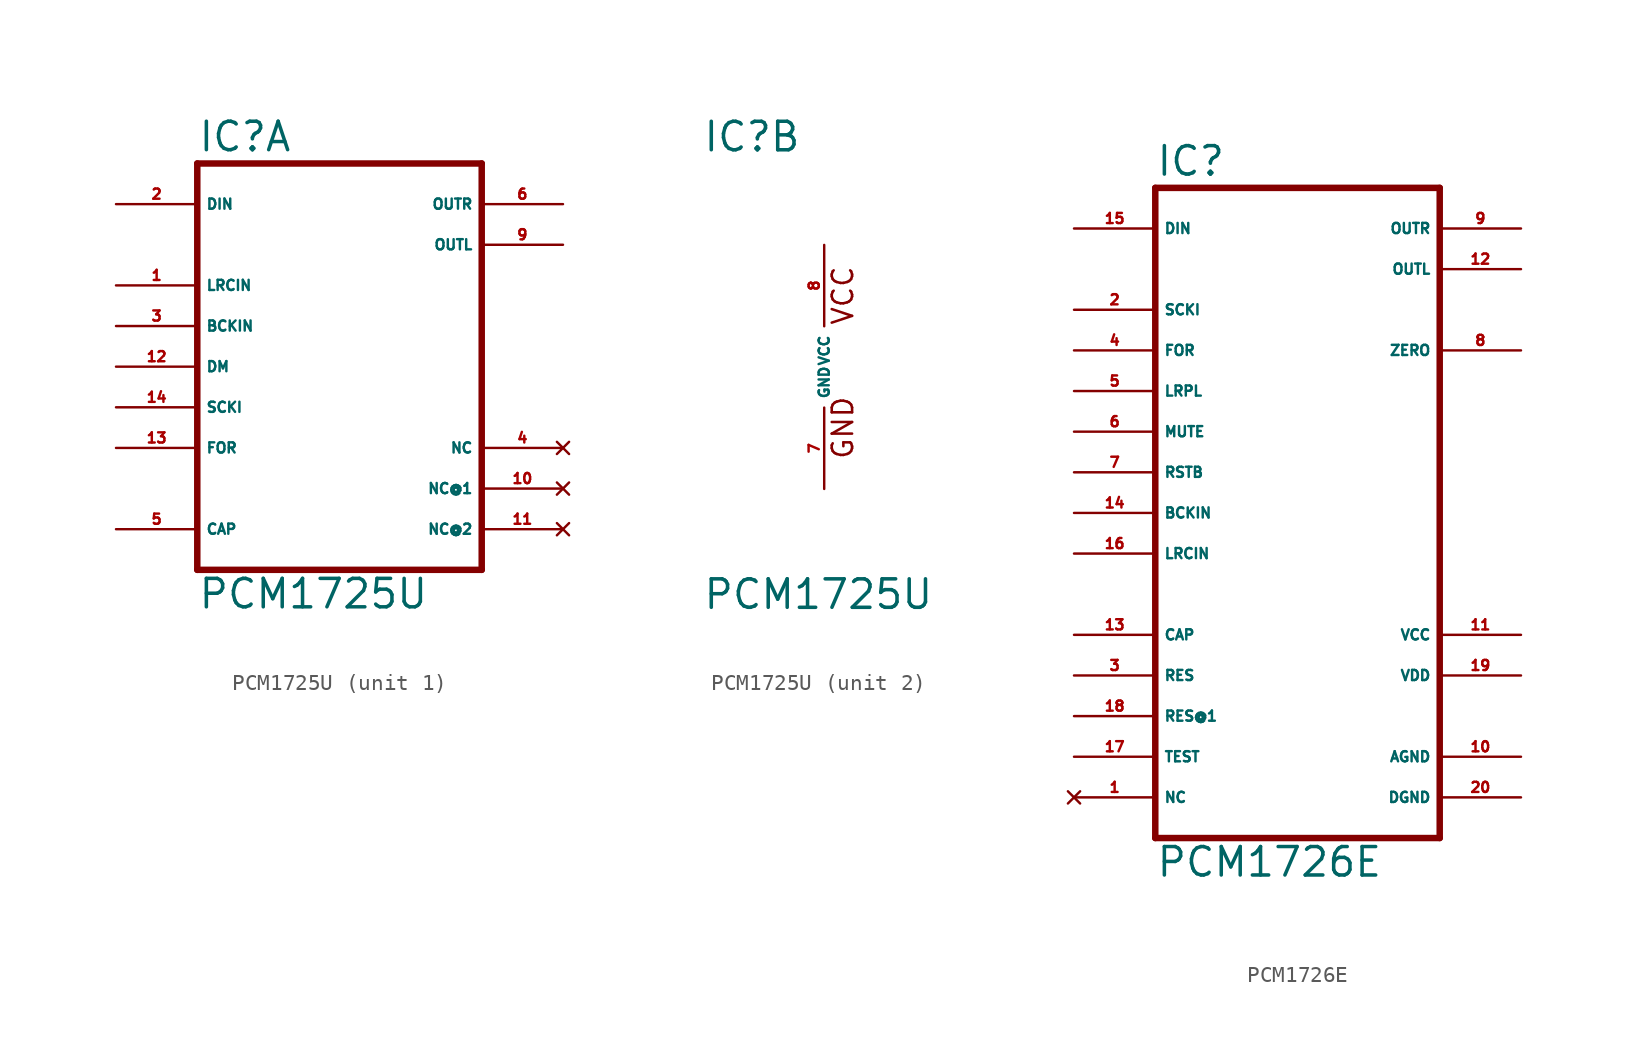
<source format=kicad_sym>
(kicad_symbol_lib
  (version 20220914)
  (generator Eagle2Kicad)
  (symbol "PCM1725U"
    (property "Reference" "IC"
      (at -7.62 13.335 0)
      (effects (font (size 1.778 1.778) (thickness 0.22)) (justify left bottom)))
    (property "Value" "PCM1725U"
      (at -7.62 -15.24 0)
      (effects (font (size 1.778 1.778) (thickness 0.22)) (justify left bottom)))
    (symbol "PCM1725U_1_0"
      (polyline (pts (xy -7.62 -12.7) (xy 10.16 -12.7)) (stroke (width 0.406) (type default)) (fill (type none)))
      (polyline (pts (xy 10.16 -12.7) (xy 10.16 12.7)) (stroke (width 0.406) (type default)) (fill (type none)))
      (polyline (pts (xy 10.16 12.7) (xy -7.62 12.7)) (stroke (width 0.406) (type default)) (fill (type none)))
      (polyline (pts (xy -7.62 12.7) (xy -7.62 -12.7)) (stroke (width 0.406) (type default)) (fill (type none)))
      (pin input line (at -12.7 10.16 0) (length 5.08) (name "DIN" (effects (font (size 0.635 0.635) (thickness 0.08)) (justify left bottom))) (number "2" (effects (font (size 0.635 0.635) (thickness 0.08)) (justify left bottom))))
      (pin input line (at -12.7 5.08 0) (length 5.08) (name "LRCIN" (effects (font (size 0.635 0.635) (thickness 0.08)) (justify left bottom))) (number "1" (effects (font (size 0.635 0.635) (thickness 0.08)) (justify left bottom))))
      (pin input line (at -12.7 2.54 0) (length 5.08) (name "BCKIN" (effects (font (size 0.635 0.635) (thickness 0.08)) (justify left bottom))) (number "3" (effects (font (size 0.635 0.635) (thickness 0.08)) (justify left bottom))))
      (pin input line (at -12.7 0 0) (length 5.08) (name "DM" (effects (font (size 0.635 0.635) (thickness 0.08)) (justify left bottom))) (number "12" (effects (font (size 0.635 0.635) (thickness 0.08)) (justify left bottom))))
      (pin input line (at -12.7 -2.54 0) (length 5.08) (name "SCKI" (effects (font (size 0.635 0.635) (thickness 0.08)) (justify left bottom))) (number "14" (effects (font (size 0.635 0.635) (thickness 0.08)) (justify left bottom))))
      (pin output line (at 15.24 10.16 180) (length 5.08) (name "OUTR" (effects (font (size 0.635 0.635) (thickness 0.08)) (justify left bottom))) (number "6" (effects (font (size 0.635 0.635) (thickness 0.08)) (justify left bottom))))
      (pin output line (at 15.24 7.62 180) (length 5.08) (name "OUTL" (effects (font (size 0.635 0.635) (thickness 0.08)) (justify left bottom))) (number "9" (effects (font (size 0.635 0.635) (thickness 0.08)) (justify left bottom))))
      (pin no_connect line (at 15.24 -5.08 180) (length 5.08) (name "NC" (effects (font (size 0.635 0.635) (thickness 0.08)) (justify left bottom) hide)) (number "4" (effects (font (size 0.635 0.635) (thickness 0.08)) (justify left bottom) hide)))
      (pin no_connect line (at 15.24 -7.62 180) (length 5.08) (name "NC@1" (effects (font (size 0.635 0.635) (thickness 0.08)) (justify left bottom) hide)) (number "10" (effects (font (size 0.635 0.635) (thickness 0.08)) (justify left bottom) hide)))
      (pin no_connect line (at 15.24 -10.16 180) (length 5.08) (name "NC@2" (effects (font (size 0.635 0.635) (thickness 0.08)) (justify left bottom) hide)) (number "11" (effects (font (size 0.635 0.635) (thickness 0.08)) (justify left bottom) hide)))
      (pin passive line (at -12.7 -10.16 0) (length 5.08) (name "CAP" (effects (font (size 0.635 0.635) (thickness 0.08)) (justify left bottom))) (number "5" (effects (font (size 0.635 0.635) (thickness 0.08)) (justify left bottom))))
      (pin input line (at -12.7 -5.08 0) (length 5.08) (name "FOR" (effects (font (size 0.635 0.635) (thickness 0.08)) (justify left bottom))) (number "13" (effects (font (size 0.635 0.635) (thickness 0.08)) (justify left bottom)))))
    (symbol "PCM1725U_2_0"
      (text "GND" (at 1.905 -5.842 900) (effects (font (size 1.27 1.27) (thickness 0.16)) (justify left bottom)))
      (text "VCC" (at 1.905 2.54 900) (effects (font (size 1.27 1.27) (thickness 0.16)) (justify left bottom)))
      (pin unspecified line (at 0 -7.62 90) (length 5.08) (name "GND" (effects (font (size 0.635 0.635) (thickness 0.08)) (justify left bottom))) (number "7" (effects (font (size 0.635 0.635) (thickness 0.08)) (justify left bottom))))
      (pin unspecified line (at 0 7.62 270) (length 5.08) (name "VCC" (effects (font (size 0.635 0.635) (thickness 0.08)) (justify left bottom))) (number "8" (effects (font (size 0.635 0.635) (thickness 0.08)) (justify left bottom))))))
  (symbol "PCM1726E"
    (property "Reference" "IC"
      (at -7.62 18.415 0)
      (effects (font (size 1.778 1.778) (thickness 0.22)) (justify left bottom)))
    (property "Value" "PCM1726E"
      (at -7.62 -25.4 0)
      (effects (font (size 1.778 1.778) (thickness 0.22)) (justify left bottom)))
    (polyline
      (pts (xy -7.62 -22.86) (xy 10.16 -22.86))
      (stroke (width 0.406) (type default))
      (fill (type none)))
    (polyline
      (pts (xy 10.16 -22.86) (xy 10.16 17.78))
      (stroke (width 0.406) (type default))
      (fill (type none)))
    (polyline
      (pts (xy 10.16 17.78) (xy -7.62 17.78))
      (stroke (width 0.406) (type default))
      (fill (type none)))
    (polyline
      (pts (xy -7.62 17.78) (xy -7.62 -22.86))
      (stroke (width 0.406) (type default))
      (fill (type none)))
    (pin input line
      (at -12.7 15.24 0)
      (length 5.08)
      (name "DIN" (effects (font (size 0.635 0.635) (thickness 0.08)) (justify left bottom)))
      (number "15" (effects (font (size 0.635 0.635) (thickness 0.08)) (justify left bottom))))
    (pin input line
      (at -12.7 10.16 0)
      (length 5.08)
      (name "SCKI" (effects (font (size 0.635 0.635) (thickness 0.08)) (justify left bottom)))
      (number "2" (effects (font (size 0.635 0.635) (thickness 0.08)) (justify left bottom))))
    (pin input line
      (at -12.7 7.62 0)
      (length 5.08)
      (name "FOR" (effects (font (size 0.635 0.635) (thickness 0.08)) (justify left bottom)))
      (number "4" (effects (font (size 0.635 0.635) (thickness 0.08)) (justify left bottom))))
    (pin input line
      (at -12.7 5.08 0)
      (length 5.08)
      (name "LRPL" (effects (font (size 0.635 0.635) (thickness 0.08)) (justify left bottom)))
      (number "5" (effects (font (size 0.635 0.635) (thickness 0.08)) (justify left bottom))))
    (pin input line
      (at -12.7 2.54 0)
      (length 5.08)
      (name "MUTE" (effects (font (size 0.635 0.635) (thickness 0.08)) (justify left bottom)))
      (number "6" (effects (font (size 0.635 0.635) (thickness 0.08)) (justify left bottom))))
    (pin input line
      (at -12.7 0 0)
      (length 5.08)
      (name "RSTB" (effects (font (size 0.635 0.635) (thickness 0.08)) (justify left bottom)))
      (number "7" (effects (font (size 0.635 0.635) (thickness 0.08)) (justify left bottom))))
    (pin input line
      (at -12.7 -2.54 0)
      (length 5.08)
      (name "BCKIN" (effects (font (size 0.635 0.635) (thickness 0.08)) (justify left bottom)))
      (number "14" (effects (font (size 0.635 0.635) (thickness 0.08)) (justify left bottom))))
    (pin input line
      (at -12.7 -5.08 0)
      (length 5.08)
      (name "LRCIN" (effects (font (size 0.635 0.635) (thickness 0.08)) (justify left bottom)))
      (number "16" (effects (font (size 0.635 0.635) (thickness 0.08)) (justify left bottom))))
    (pin output line
      (at 15.24 15.24 180)
      (length 5.08)
      (name "OUTR" (effects (font (size 0.635 0.635) (thickness 0.08)) (justify left bottom)))
      (number "9" (effects (font (size 0.635 0.635) (thickness 0.08)) (justify left bottom))))
    (pin output line
      (at 15.24 12.7 180)
      (length 5.08)
      (name "OUTL" (effects (font (size 0.635 0.635) (thickness 0.08)) (justify left bottom)))
      (number "12" (effects (font (size 0.635 0.635) (thickness 0.08)) (justify left bottom))))
    (pin output line
      (at 15.24 7.62 180)
      (length 5.08)
      (name "ZERO" (effects (font (size 0.635 0.635) (thickness 0.08)) (justify left bottom)))
      (number "8" (effects (font (size 0.635 0.635) (thickness 0.08)) (justify left bottom))))
    (pin no_connect line
      (at -12.7 -20.32 0)
      (length 5.08)
      (name "NC" (effects (font (size 0.635 0.635) (thickness 0.08)) (justify left bottom) hide))
      (number "1" (effects (font (size 0.635 0.635) (thickness 0.08)) (justify left bottom) hide)))
    (pin passive line
      (at -12.7 -12.7 0)
      (length 5.08)
      (name "RES" (effects (font (size 0.635 0.635) (thickness 0.08)) (justify left bottom)))
      (number "3" (effects (font (size 0.635 0.635) (thickness 0.08)) (justify left bottom))))
    (pin passive line
      (at -12.7 -10.16 0)
      (length 5.08)
      (name "CAP" (effects (font (size 0.635 0.635) (thickness 0.08)) (justify left bottom)))
      (number "13" (effects (font (size 0.635 0.635) (thickness 0.08)) (justify left bottom))))
    (pin unspecified line
      (at 15.24 -20.32 180)
      (length 5.08)
      (name "DGND" (effects (font (size 0.635 0.635) (thickness 0.08)) (justify left bottom)))
      (number "20" (effects (font (size 0.635 0.635) (thickness 0.08)) (justify left bottom))))
    (pin unspecified line
      (at 15.24 -17.78 180)
      (length 5.08)
      (name "AGND" (effects (font (size 0.635 0.635) (thickness 0.08)) (justify left bottom)))
      (number "10" (effects (font (size 0.635 0.635) (thickness 0.08)) (justify left bottom))))
    (pin unspecified line
      (at 15.24 -10.16 180)
      (length 5.08)
      (name "VCC" (effects (font (size 0.635 0.635) (thickness 0.08)) (justify left bottom)))
      (number "11" (effects (font (size 0.635 0.635) (thickness 0.08)) (justify left bottom))))
    (pin unspecified line
      (at 15.24 -12.7 180)
      (length 5.08)
      (name "VDD" (effects (font (size 0.635 0.635) (thickness 0.08)) (justify left bottom)))
      (number "19" (effects (font (size 0.635 0.635) (thickness 0.08)) (justify left bottom))))
    (pin passive line
      (at -12.7 -17.78 0)
      (length 5.08)
      (name "TEST" (effects (font (size 0.635 0.635) (thickness 0.08)) (justify left bottom)))
      (number "17" (effects (font (size 0.635 0.635) (thickness 0.08)) (justify left bottom))))
    (pin passive line
      (at -12.7 -15.24 0)
      (length 5.08)
      (name "RES@1" (effects (font (size 0.635 0.635) (thickness 0.08)) (justify left bottom)))
      (number "18" (effects (font (size 0.635 0.635) (thickness 0.08)) (justify left bottom))))))
</source>
